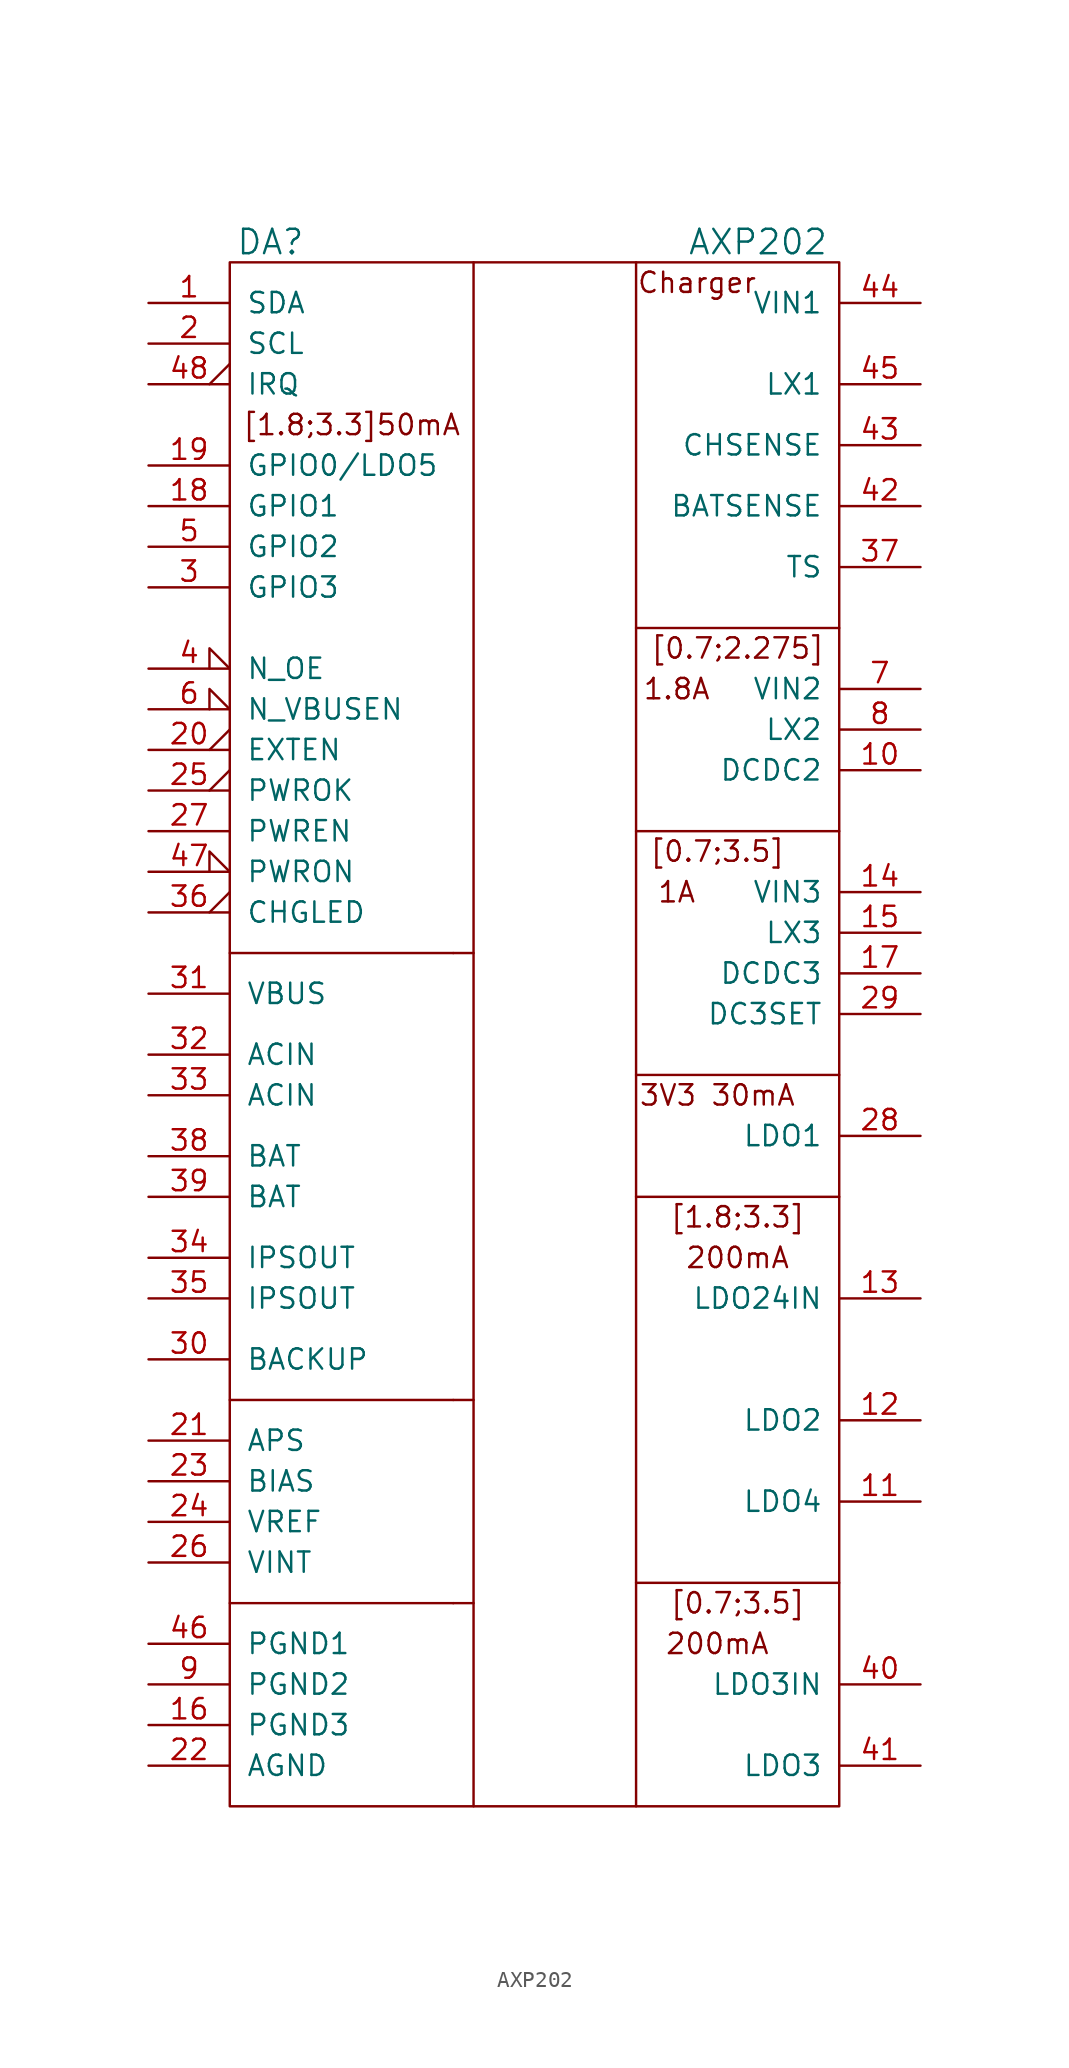
<source format=kicad_sym>
(kicad_symbol_lib
  (version 20231120)
  (generator "kicad_symbol_editor")
  (generator_version "8.0")
  (symbol "AXP202"
    (pin_names
      (offset 1.016))
    (property "Reference" "DA"
      (at -16.51 52.07 0)
      (effects (font (size 1.524 1.524))))
    (property "Value" "AXP202"
      (at 13.97 52.07 0)
      (effects (font (size 1.524 1.524))))
    (symbol "AXP202_0_0"
      (polyline (pts (xy -5.08 -33.02) (xy -3.81 -33.02)) (stroke (width 0) (type default)) (fill (type none)))
      (polyline (pts (xy -5.08 -20.32) (xy -3.81 -20.32)) (stroke (width 0) (type default)) (fill (type none)))
      (polyline (pts (xy -5.08 7.62) (xy -3.81 7.62)) (stroke (width 0) (type default)) (fill (type none)))
      (text "1.8A" (at 8.89 24.13 0) (effects (font (size 1.27 1.27))))
      (text "1A" (at 8.89 11.43 0) (effects (font (size 1.27 1.27))))
      (text "200mA" (at 11.43 -35.56 0) (effects (font (size 1.27 1.27))))
      (text "200mA" (at 12.7 -11.43 0) (effects (font (size 1.27 1.27))))
      (text "3V3 30mA" (at 11.43 -1.27 0) (effects (font (size 1.27 1.27))))
      (text "[0.7;2.275]" (at 12.7 26.67 0) (effects (font (size 1.27 1.27))))
      (text "[0.7;3.5]" (at 11.43 13.97 0) (effects (font (size 1.27 1.27))))
      (text "[0.7;3.5]" (at 12.7 -33.02 0) (effects (font (size 1.27 1.27))))
      (text "[1.8;3.3]" (at 12.7 -8.89 0) (effects (font (size 1.27 1.27))))
      (text "[1.8;3.3]50mA" (at -11.43 40.64 0) (effects (font (size 1.27 1.27))))
      (text "Charger" (at 10.16 49.53 0) (effects (font (size 1.27 1.27)))))
    (symbol "AXP202_0_1"
      (rectangle (start -19.05 -45.72) (end 19.05 50.8) (stroke (width 0) (type default)) (fill (type none)))
      (polyline (pts (xy -19.05 -33.02) (xy -5.08 -33.02)) (stroke (width 0) (type default)) (fill (type none)))
      (polyline (pts (xy -19.05 -20.32) (xy -5.08 -20.32)) (stroke (width 0) (type default)) (fill (type none)))
      (polyline (pts (xy -19.05 7.62) (xy -5.08 7.62)) (stroke (width 0) (type default)) (fill (type none)))
      (polyline (pts (xy -3.81 -45.72) (xy -3.81 50.8)) (stroke (width 0) (type default)) (fill (type none)))
      (polyline (pts (xy 6.35 0) (xy 19.05 0)) (stroke (width 0) (type default)) (fill (type none)))
      (polyline (pts (xy 6.35 27.94) (xy 19.05 27.94)) (stroke (width 0) (type default)) (fill (type none)))
      (polyline (pts (xy 6.35 50.8) (xy 6.35 -45.72)) (stroke (width 0) (type default)) (fill (type none)))
      (polyline (pts (xy 19.05 -31.75) (xy 6.35 -31.75)) (stroke (width 0) (type default)) (fill (type none)))
      (polyline (pts (xy 19.05 -7.62) (xy 6.35 -7.62)) (stroke (width 0) (type default)) (fill (type none)))
      (polyline (pts (xy 19.05 15.24) (xy 6.35 15.24)) (stroke (width 0) (type default)) (fill (type none))))
    (symbol "AXP202_1_1"
      (pin passive line (at -24.13 48.26 0) (length 5.08) (name "SDA" (effects (font (size 1.27 1.27)))) (number "1" (effects (font (size 1.27 1.27)))))
      (pin passive line (at 24.13 19.05 180) (length 5.08) (name "DCDC2" (effects (font (size 1.27 1.27)))) (number "10" (effects (font (size 1.27 1.27)))))
      (pin power_out line (at 24.13 -26.67 180) (length 5.08) (name "LDO4" (effects (font (size 1.27 1.27)))) (number "11" (effects (font (size 1.27 1.27)))))
      (pin power_out line (at 24.13 -21.59 180) (length 5.08) (name "LDO2" (effects (font (size 1.27 1.27)))) (number "12" (effects (font (size 1.27 1.27)))))
      (pin power_in line (at 24.13 -13.97 180) (length 5.08) (name "LDO24IN" (effects (font (size 1.27 1.27)))) (number "13" (effects (font (size 1.27 1.27)))))
      (pin power_in line (at 24.13 11.43 180) (length 5.08) (name "VIN3" (effects (font (size 1.27 1.27)))) (number "14" (effects (font (size 1.27 1.27)))))
      (pin passive line (at 24.13 8.89 180) (length 5.08) (name "LX3" (effects (font (size 1.27 1.27)))) (number "15" (effects (font (size 1.27 1.27)))))
      (pin power_in line (at -24.13 -40.64 0) (length 5.08) (name "PGND3" (effects (font (size 1.27 1.27)))) (number "16" (effects (font (size 1.27 1.27)))))
      (pin passive line (at 24.13 6.35 180) (length 5.08) (name "DCDC3" (effects (font (size 1.27 1.27)))) (number "17" (effects (font (size 1.27 1.27)))))
      (pin passive line (at -24.13 35.56 0) (length 5.08) (name "GPIO1" (effects (font (size 1.27 1.27)))) (number "18" (effects (font (size 1.27 1.27)))))
      (pin passive line (at -24.13 38.1 0) (length 5.08) (name "GPIO0/LDO5" (effects (font (size 1.27 1.27)))) (number "19" (effects (font (size 1.27 1.27)))))
      (pin passive line (at -24.13 45.72 0) (length 5.08) (name "SCL" (effects (font (size 1.27 1.27)))) (number "2" (effects (font (size 1.27 1.27)))))
      (pin passive output_low (at -24.13 20.32 0) (length 5.08) (name "EXTEN" (effects (font (size 1.27 1.27)))) (number "20" (effects (font (size 1.27 1.27)))))
      (pin power_in line (at -24.13 -22.86 0) (length 5.08) (name "APS" (effects (font (size 1.27 1.27)))) (number "21" (effects (font (size 1.27 1.27)))))
      (pin power_in line (at -24.13 -43.18 0) (length 5.08) (name "AGND" (effects (font (size 1.27 1.27)))) (number "22" (effects (font (size 1.27 1.27)))))
      (pin passive line (at -24.13 -25.4 0) (length 5.08) (name "BIAS" (effects (font (size 1.27 1.27)))) (number "23" (effects (font (size 1.27 1.27)))))
      (pin passive line (at -24.13 -27.94 0) (length 5.08) (name "VREF" (effects (font (size 1.27 1.27)))) (number "24" (effects (font (size 1.27 1.27)))))
      (pin passive output_low (at -24.13 17.78 0) (length 5.08) (name "PWROK" (effects (font (size 1.27 1.27)))) (number "25" (effects (font (size 1.27 1.27)))))
      (pin passive line (at -24.13 -30.48 0) (length 5.08) (name "VINT" (effects (font (size 1.27 1.27)))) (number "26" (effects (font (size 1.27 1.27)))))
      (pin passive line (at -24.13 15.24 0) (length 5.08) (name "PWREN" (effects (font (size 1.27 1.27)))) (number "27" (effects (font (size 1.27 1.27)))))
      (pin power_out line (at 24.13 -3.81 180) (length 5.08) (name "LDO1" (effects (font (size 1.27 1.27)))) (number "28" (effects (font (size 1.27 1.27)))))
      (pin passive line (at 24.13 3.81 180) (length 5.08) (name "DC3SET" (effects (font (size 1.27 1.27)))) (number "29" (effects (font (size 1.27 1.27)))))
      (pin passive line (at -24.13 30.48 0) (length 5.08) (name "GPIO3" (effects (font (size 1.27 1.27)))) (number "3" (effects (font (size 1.27 1.27)))))
      (pin passive line (at -24.13 -17.78 0) (length 5.08) (name "BACKUP" (effects (font (size 1.27 1.27)))) (number "30" (effects (font (size 1.27 1.27)))))
      (pin power_in line (at -24.13 5.08 0) (length 5.08) (name "VBUS" (effects (font (size 1.27 1.27)))) (number "31" (effects (font (size 1.27 1.27)))))
      (pin power_in line (at -24.13 1.27 0) (length 5.08) (name "ACIN" (effects (font (size 1.27 1.27)))) (number "32" (effects (font (size 1.27 1.27)))))
      (pin power_in line (at -24.13 -1.27 0) (length 5.08) (name "ACIN" (effects (font (size 1.27 1.27)))) (number "33" (effects (font (size 1.27 1.27)))))
      (pin power_out line (at -24.13 -11.43 0) (length 5.08) (name "IPSOUT" (effects (font (size 1.27 1.27)))) (number "34" (effects (font (size 1.27 1.27)))))
      (pin power_out line (at -24.13 -13.97 0) (length 5.08) (name "IPSOUT" (effects (font (size 1.27 1.27)))) (number "35" (effects (font (size 1.27 1.27)))))
      (pin passive output_low (at -24.13 10.16 0) (length 5.08) (name "CHGLED" (effects (font (size 1.27 1.27)))) (number "36" (effects (font (size 1.27 1.27)))))
      (pin passive line (at 24.13 31.75 180) (length 5.08) (name "TS" (effects (font (size 1.27 1.27)))) (number "37" (effects (font (size 1.27 1.27)))))
      (pin power_in line (at -24.13 -5.08 0) (length 5.08) (name "BAT" (effects (font (size 1.27 1.27)))) (number "38" (effects (font (size 1.27 1.27)))))
      (pin power_in line (at -24.13 -7.62 0) (length 5.08) (name "BAT" (effects (font (size 1.27 1.27)))) (number "39" (effects (font (size 1.27 1.27)))))
      (pin passive input_low (at -24.13 25.4 0) (length 5.08) (name "N_OE" (effects (font (size 1.27 1.27)))) (number "4" (effects (font (size 1.27 1.27)))))
      (pin power_in line (at 24.13 -38.1 180) (length 5.08) (name "LDO3IN" (effects (font (size 1.27 1.27)))) (number "40" (effects (font (size 1.27 1.27)))))
      (pin power_out line (at 24.13 -43.18 180) (length 5.08) (name "LDO3" (effects (font (size 1.27 1.27)))) (number "41" (effects (font (size 1.27 1.27)))))
      (pin passive line (at 24.13 35.56 180) (length 5.08) (name "BATSENSE" (effects (font (size 1.27 1.27)))) (number "42" (effects (font (size 1.27 1.27)))))
      (pin passive line (at 24.13 39.37 180) (length 5.08) (name "CHSENSE" (effects (font (size 1.27 1.27)))) (number "43" (effects (font (size 1.27 1.27)))))
      (pin power_in line (at 24.13 48.26 180) (length 5.08) (name "VIN1" (effects (font (size 1.27 1.27)))) (number "44" (effects (font (size 1.27 1.27)))))
      (pin passive line (at 24.13 43.18 180) (length 5.08) (name "LX1" (effects (font (size 1.27 1.27)))) (number "45" (effects (font (size 1.27 1.27)))))
      (pin power_in line (at -24.13 -35.56 0) (length 5.08) (name "PGND1" (effects (font (size 1.27 1.27)))) (number "46" (effects (font (size 1.27 1.27)))))
      (pin passive input_low (at -24.13 12.7 0) (length 5.08) (name "PWRON" (effects (font (size 1.27 1.27)))) (number "47" (effects (font (size 1.27 1.27)))))
      (pin passive output_low (at -24.13 43.18 0) (length 5.08) (name "IRQ" (effects (font (size 1.27 1.27)))) (number "48" (effects (font (size 1.27 1.27)))))
      (pin passive line (at -24.13 33.02 0) (length 5.08) (name "GPIO2" (effects (font (size 1.27 1.27)))) (number "5" (effects (font (size 1.27 1.27)))))
      (pin passive input_low (at -24.13 22.86 0) (length 5.08) (name "N_VBUSEN" (effects (font (size 1.27 1.27)))) (number "6" (effects (font (size 1.27 1.27)))))
      (pin power_in line (at 24.13 24.13 180) (length 5.08) (name "VIN2" (effects (font (size 1.27 1.27)))) (number "7" (effects (font (size 1.27 1.27)))))
      (pin passive line (at 24.13 21.59 180) (length 5.08) (name "LX2" (effects (font (size 1.27 1.27)))) (number "8" (effects (font (size 1.27 1.27)))))
      (pin power_in line (at -24.13 -38.1 0) (length 5.08) (name "PGND2" (effects (font (size 1.27 1.27)))) (number "9" (effects (font (size 1.27 1.27))))))))
</source>
